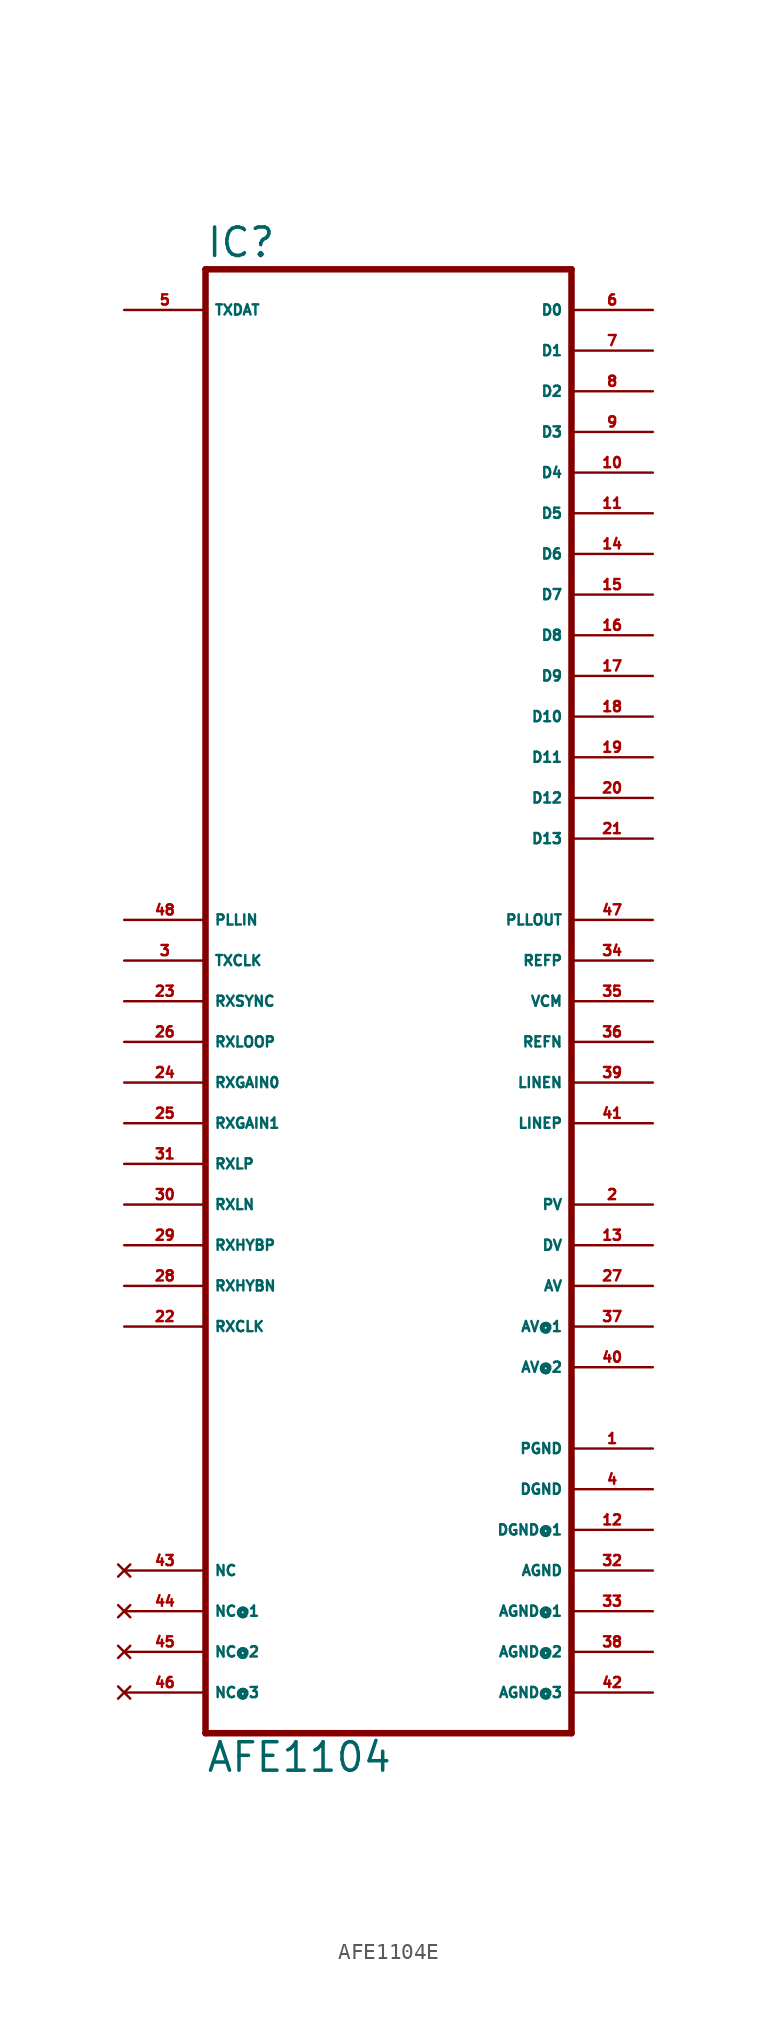
<source format=kicad_sym>
(kicad_symbol_lib
  (version 20220914)
  (generator Eagle2Kicad)
  (symbol "AFE1104E"
    (property "Reference" "IC"
      (at -12.7 48.895 0)
      (effects (font (size 1.778 1.778) (thickness 0.22)) (justify left bottom)))
    (property "Value" "AFE1104"
      (at -12.7 -45.72 0)
      (effects (font (size 1.778 1.778) (thickness 0.22)) (justify left bottom)))
    (polyline
      (pts (xy 10.16 -43.18) (xy -12.7 -43.18))
      (stroke (width 0.406) (type default))
      (fill (type none)))
    (polyline
      (pts (xy -12.7 -43.18) (xy -12.7 48.26))
      (stroke (width 0.406) (type default))
      (fill (type none)))
    (polyline
      (pts (xy -12.7 48.26) (xy 10.16 48.26))
      (stroke (width 0.406) (type default))
      (fill (type none)))
    (polyline
      (pts (xy 10.16 48.26) (xy 10.16 -43.18))
      (stroke (width 0.406) (type default))
      (fill (type none)))
    (pin input line
      (at -17.78 7.62 0)
      (length 5.08)
      (name "PLLIN" (effects (font (size 0.635 0.635) (thickness 0.08)) (justify left bottom)))
      (number "48" (effects (font (size 0.635 0.635) (thickness 0.08)) (justify left bottom))))
    (pin input line
      (at -17.78 45.72 0)
      (length 5.08)
      (name "TXDAT" (effects (font (size 0.635 0.635) (thickness 0.08)) (justify left bottom)))
      (number "5" (effects (font (size 0.635 0.635) (thickness 0.08)) (justify left bottom))))
    (pin input line
      (at -17.78 5.08 0)
      (length 5.08)
      (name "TXCLK" (effects (font (size 0.635 0.635) (thickness 0.08)) (justify left bottom)))
      (number "3" (effects (font (size 0.635 0.635) (thickness 0.08)) (justify left bottom))))
    (pin input line
      (at -17.78 2.54 0)
      (length 5.08)
      (name "RXSYNC" (effects (font (size 0.635 0.635) (thickness 0.08)) (justify left bottom)))
      (number "23" (effects (font (size 0.635 0.635) (thickness 0.08)) (justify left bottom))))
    (pin input line
      (at -17.78 -17.78 0)
      (length 5.08)
      (name "RXCLK" (effects (font (size 0.635 0.635) (thickness 0.08)) (justify left bottom)))
      (number "22" (effects (font (size 0.635 0.635) (thickness 0.08)) (justify left bottom))))
    (pin input line
      (at -17.78 0 0)
      (length 5.08)
      (name "RXLOOP" (effects (font (size 0.635 0.635) (thickness 0.08)) (justify left bottom)))
      (number "26" (effects (font (size 0.635 0.635) (thickness 0.08)) (justify left bottom))))
    (pin input line
      (at -17.78 -2.54 0)
      (length 5.08)
      (name "RXGAIN0" (effects (font (size 0.635 0.635) (thickness 0.08)) (justify left bottom)))
      (number "24" (effects (font (size 0.635 0.635) (thickness 0.08)) (justify left bottom))))
    (pin input line
      (at -17.78 -5.08 0)
      (length 5.08)
      (name "RXGAIN1" (effects (font (size 0.635 0.635) (thickness 0.08)) (justify left bottom)))
      (number "25" (effects (font (size 0.635 0.635) (thickness 0.08)) (justify left bottom))))
    (pin input line
      (at -17.78 -15.24 0)
      (length 5.08)
      (name "RXHYBN" (effects (font (size 0.635 0.635) (thickness 0.08)) (justify left bottom)))
      (number "28" (effects (font (size 0.635 0.635) (thickness 0.08)) (justify left bottom))))
    (pin input line
      (at -17.78 -12.7 0)
      (length 5.08)
      (name "RXHYBP" (effects (font (size 0.635 0.635) (thickness 0.08)) (justify left bottom)))
      (number "29" (effects (font (size 0.635 0.635) (thickness 0.08)) (justify left bottom))))
    (pin input line
      (at -17.78 -7.62 0)
      (length 5.08)
      (name "RXLP" (effects (font (size 0.635 0.635) (thickness 0.08)) (justify left bottom)))
      (number "31" (effects (font (size 0.635 0.635) (thickness 0.08)) (justify left bottom))))
    (pin input line
      (at -17.78 -10.16 0)
      (length 5.08)
      (name "RXLN" (effects (font (size 0.635 0.635) (thickness 0.08)) (justify left bottom)))
      (number "30" (effects (font (size 0.635 0.635) (thickness 0.08)) (justify left bottom))))
    (pin output line
      (at 15.24 7.62 180)
      (length 5.08)
      (name "PLLOUT" (effects (font (size 0.635 0.635) (thickness 0.08)) (justify left bottom)))
      (number "47" (effects (font (size 0.635 0.635) (thickness 0.08)) (justify left bottom))))
    (pin output line
      (at 15.24 45.72 180)
      (length 5.08)
      (name "D0" (effects (font (size 0.635 0.635) (thickness 0.08)) (justify left bottom)))
      (number "6" (effects (font (size 0.635 0.635) (thickness 0.08)) (justify left bottom))))
    (pin output line
      (at 15.24 43.18 180)
      (length 5.08)
      (name "D1" (effects (font (size 0.635 0.635) (thickness 0.08)) (justify left bottom)))
      (number "7" (effects (font (size 0.635 0.635) (thickness 0.08)) (justify left bottom))))
    (pin output line
      (at 15.24 40.64 180)
      (length 5.08)
      (name "D2" (effects (font (size 0.635 0.635) (thickness 0.08)) (justify left bottom)))
      (number "8" (effects (font (size 0.635 0.635) (thickness 0.08)) (justify left bottom))))
    (pin output line
      (at 15.24 38.1 180)
      (length 5.08)
      (name "D3" (effects (font (size 0.635 0.635) (thickness 0.08)) (justify left bottom)))
      (number "9" (effects (font (size 0.635 0.635) (thickness 0.08)) (justify left bottom))))
    (pin output line
      (at 15.24 35.56 180)
      (length 5.08)
      (name "D4" (effects (font (size 0.635 0.635) (thickness 0.08)) (justify left bottom)))
      (number "10" (effects (font (size 0.635 0.635) (thickness 0.08)) (justify left bottom))))
    (pin output line
      (at 15.24 33.02 180)
      (length 5.08)
      (name "D5" (effects (font (size 0.635 0.635) (thickness 0.08)) (justify left bottom)))
      (number "11" (effects (font (size 0.635 0.635) (thickness 0.08)) (justify left bottom))))
    (pin output line
      (at 15.24 30.48 180)
      (length 5.08)
      (name "D6" (effects (font (size 0.635 0.635) (thickness 0.08)) (justify left bottom)))
      (number "14" (effects (font (size 0.635 0.635) (thickness 0.08)) (justify left bottom))))
    (pin output line
      (at 15.24 27.94 180)
      (length 5.08)
      (name "D7" (effects (font (size 0.635 0.635) (thickness 0.08)) (justify left bottom)))
      (number "15" (effects (font (size 0.635 0.635) (thickness 0.08)) (justify left bottom))))
    (pin output line
      (at 15.24 25.4 180)
      (length 5.08)
      (name "D8" (effects (font (size 0.635 0.635) (thickness 0.08)) (justify left bottom)))
      (number "16" (effects (font (size 0.635 0.635) (thickness 0.08)) (justify left bottom))))
    (pin output line
      (at 15.24 22.86 180)
      (length 5.08)
      (name "D9" (effects (font (size 0.635 0.635) (thickness 0.08)) (justify left bottom)))
      (number "17" (effects (font (size 0.635 0.635) (thickness 0.08)) (justify left bottom))))
    (pin output line
      (at 15.24 20.32 180)
      (length 5.08)
      (name "D10" (effects (font (size 0.635 0.635) (thickness 0.08)) (justify left bottom)))
      (number "18" (effects (font (size 0.635 0.635) (thickness 0.08)) (justify left bottom))))
    (pin output line
      (at 15.24 17.78 180)
      (length 5.08)
      (name "D11" (effects (font (size 0.635 0.635) (thickness 0.08)) (justify left bottom)))
      (number "19" (effects (font (size 0.635 0.635) (thickness 0.08)) (justify left bottom))))
    (pin output line
      (at 15.24 15.24 180)
      (length 5.08)
      (name "D12" (effects (font (size 0.635 0.635) (thickness 0.08)) (justify left bottom)))
      (number "20" (effects (font (size 0.635 0.635) (thickness 0.08)) (justify left bottom))))
    (pin output line
      (at 15.24 12.7 180)
      (length 5.08)
      (name "D13" (effects (font (size 0.635 0.635) (thickness 0.08)) (justify left bottom)))
      (number "21" (effects (font (size 0.635 0.635) (thickness 0.08)) (justify left bottom))))
    (pin output line
      (at 15.24 5.08 180)
      (length 5.08)
      (name "REFP" (effects (font (size 0.635 0.635) (thickness 0.08)) (justify left bottom)))
      (number "34" (effects (font (size 0.635 0.635) (thickness 0.08)) (justify left bottom))))
    (pin output line
      (at 15.24 0 180)
      (length 5.08)
      (name "REFN" (effects (font (size 0.635 0.635) (thickness 0.08)) (justify left bottom)))
      (number "36" (effects (font (size 0.635 0.635) (thickness 0.08)) (justify left bottom))))
    (pin output line
      (at 15.24 2.54 180)
      (length 5.08)
      (name "VCM" (effects (font (size 0.635 0.635) (thickness 0.08)) (justify left bottom)))
      (number "35" (effects (font (size 0.635 0.635) (thickness 0.08)) (justify left bottom))))
    (pin output line
      (at 15.24 -2.54 180)
      (length 5.08)
      (name "LINEN" (effects (font (size 0.635 0.635) (thickness 0.08)) (justify left bottom)))
      (number "39" (effects (font (size 0.635 0.635) (thickness 0.08)) (justify left bottom))))
    (pin output line
      (at 15.24 -5.08 180)
      (length 5.08)
      (name "LINEP" (effects (font (size 0.635 0.635) (thickness 0.08)) (justify left bottom)))
      (number "41" (effects (font (size 0.635 0.635) (thickness 0.08)) (justify left bottom))))
    (pin unspecified line
      (at 15.24 -10.16 180)
      (length 5.08)
      (name "PV" (effects (font (size 0.635 0.635) (thickness 0.08)) (justify left bottom)))
      (number "2" (effects (font (size 0.635 0.635) (thickness 0.08)) (justify left bottom))))
    (pin unspecified line
      (at 15.24 -12.7 180)
      (length 5.08)
      (name "DV" (effects (font (size 0.635 0.635) (thickness 0.08)) (justify left bottom)))
      (number "13" (effects (font (size 0.635 0.635) (thickness 0.08)) (justify left bottom))))
    (pin unspecified line
      (at 15.24 -15.24 180)
      (length 5.08)
      (name "AV" (effects (font (size 0.635 0.635) (thickness 0.08)) (justify left bottom)))
      (number "27" (effects (font (size 0.635 0.635) (thickness 0.08)) (justify left bottom))))
    (pin unspecified line
      (at 15.24 -17.78 180)
      (length 5.08)
      (name "AV@1" (effects (font (size 0.635 0.635) (thickness 0.08)) (justify left bottom)))
      (number "37" (effects (font (size 0.635 0.635) (thickness 0.08)) (justify left bottom))))
    (pin unspecified line
      (at 15.24 -20.32 180)
      (length 5.08)
      (name "AV@2" (effects (font (size 0.635 0.635) (thickness 0.08)) (justify left bottom)))
      (number "40" (effects (font (size 0.635 0.635) (thickness 0.08)) (justify left bottom))))
    (pin unspecified line
      (at 15.24 -40.64 180)
      (length 5.08)
      (name "AGND@3" (effects (font (size 0.635 0.635) (thickness 0.08)) (justify left bottom)))
      (number "42" (effects (font (size 0.635 0.635) (thickness 0.08)) (justify left bottom))))
    (pin unspecified line
      (at 15.24 -25.4 180)
      (length 5.08)
      (name "PGND" (effects (font (size 0.635 0.635) (thickness 0.08)) (justify left bottom)))
      (number "1" (effects (font (size 0.635 0.635) (thickness 0.08)) (justify left bottom))))
    (pin unspecified line
      (at 15.24 -27.94 180)
      (length 5.08)
      (name "DGND" (effects (font (size 0.635 0.635) (thickness 0.08)) (justify left bottom)))
      (number "4" (effects (font (size 0.635 0.635) (thickness 0.08)) (justify left bottom))))
    (pin unspecified line
      (at 15.24 -30.48 180)
      (length 5.08)
      (name "DGND@1" (effects (font (size 0.635 0.635) (thickness 0.08)) (justify left bottom)))
      (number "12" (effects (font (size 0.635 0.635) (thickness 0.08)) (justify left bottom))))
    (pin unspecified line
      (at 15.24 -33.02 180)
      (length 5.08)
      (name "AGND" (effects (font (size 0.635 0.635) (thickness 0.08)) (justify left bottom)))
      (number "32" (effects (font (size 0.635 0.635) (thickness 0.08)) (justify left bottom))))
    (pin unspecified line
      (at 15.24 -35.56 180)
      (length 5.08)
      (name "AGND@1" (effects (font (size 0.635 0.635) (thickness 0.08)) (justify left bottom)))
      (number "33" (effects (font (size 0.635 0.635) (thickness 0.08)) (justify left bottom))))
    (pin unspecified line
      (at 15.24 -38.1 180)
      (length 5.08)
      (name "AGND@2" (effects (font (size 0.635 0.635) (thickness 0.08)) (justify left bottom)))
      (number "38" (effects (font (size 0.635 0.635) (thickness 0.08)) (justify left bottom))))
    (pin no_connect line
      (at -17.78 -33.02 0)
      (length 5.08)
      (name "NC" (effects (font (size 0.635 0.635) (thickness 0.08)) (justify left bottom) hide))
      (number "43" (effects (font (size 0.635 0.635) (thickness 0.08)) (justify left bottom) hide)))
    (pin no_connect line
      (at -17.78 -35.56 0)
      (length 5.08)
      (name "NC@1" (effects (font (size 0.635 0.635) (thickness 0.08)) (justify left bottom) hide))
      (number "44" (effects (font (size 0.635 0.635) (thickness 0.08)) (justify left bottom) hide)))
    (pin no_connect line
      (at -17.78 -38.1 0)
      (length 5.08)
      (name "NC@2" (effects (font (size 0.635 0.635) (thickness 0.08)) (justify left bottom) hide))
      (number "45" (effects (font (size 0.635 0.635) (thickness 0.08)) (justify left bottom) hide)))
    (pin no_connect line
      (at -17.78 -40.64 0)
      (length 5.08)
      (name "NC@3" (effects (font (size 0.635 0.635) (thickness 0.08)) (justify left bottom) hide))
      (number "46" (effects (font (size 0.635 0.635) (thickness 0.08)) (justify left bottom) hide)))))
</source>
